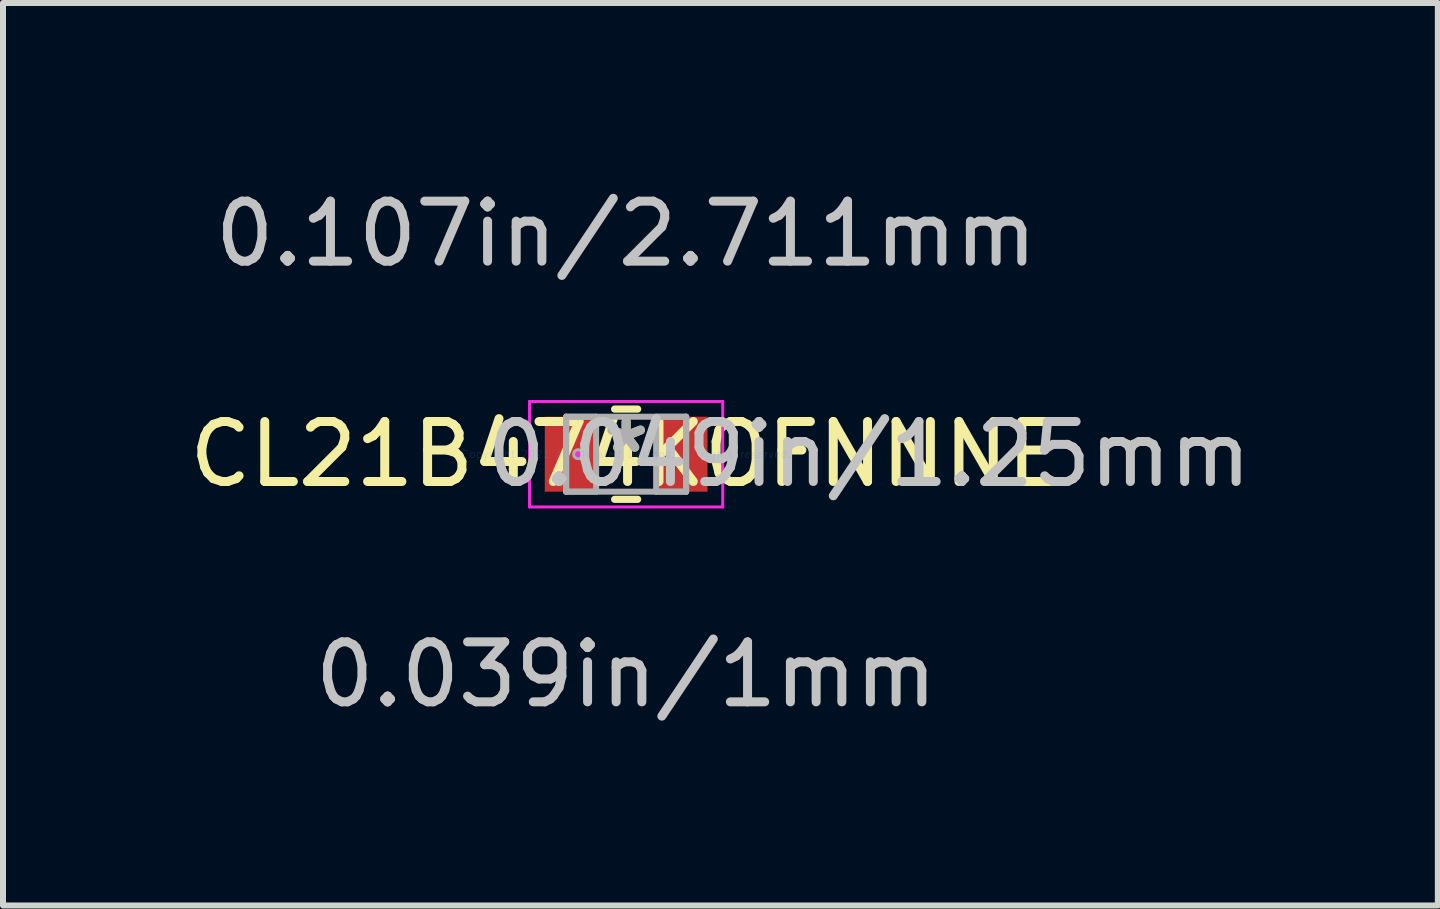
<source format=kicad_pcb>
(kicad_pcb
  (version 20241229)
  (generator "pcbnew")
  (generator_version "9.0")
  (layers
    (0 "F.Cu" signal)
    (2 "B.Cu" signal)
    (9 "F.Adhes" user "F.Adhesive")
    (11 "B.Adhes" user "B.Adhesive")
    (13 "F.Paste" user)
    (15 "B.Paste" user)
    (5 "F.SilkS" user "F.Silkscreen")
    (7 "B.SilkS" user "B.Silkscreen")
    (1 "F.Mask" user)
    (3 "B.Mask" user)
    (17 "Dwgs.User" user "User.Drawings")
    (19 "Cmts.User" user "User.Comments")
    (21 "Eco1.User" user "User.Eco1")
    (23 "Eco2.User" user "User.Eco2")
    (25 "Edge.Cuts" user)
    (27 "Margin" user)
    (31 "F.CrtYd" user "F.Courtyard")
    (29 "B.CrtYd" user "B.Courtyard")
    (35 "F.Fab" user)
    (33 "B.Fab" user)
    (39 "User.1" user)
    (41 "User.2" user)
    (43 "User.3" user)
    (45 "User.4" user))
  (footprint "CL21B474KOFNNNE"
    (layer "F.Cu")
    (at 7.387 4.521)
    (property "Reference" "CL21B474KOFNNNE" (at 0 0 0) (layer "F.SilkS") (effects (font (size 1 1) (thickness 0.15))))
    (attr through_hole)
    (fp_line (start -0.192 0.752) (end 0.192 0.752) (stroke (width 0.12) (type solid)) (layer "F.SilkS"))
    (fp_line (start 0.192 -0.752) (end -0.192 -0.752) (stroke (width 0.12) (type solid)) (layer "F.SilkS"))
    (fp_line (start -1.61 -0.879) (end 1.61 -0.879) (stroke (width 0.05) (type solid)) (layer "F.CrtYd"))
    (fp_line (start -1.61 0.879) (end -1.61 -0.879) (stroke (width 0.05) (type solid)) (layer "F.CrtYd"))
    (fp_line (start 1.61 -0.879) (end 1.61 0.879) (stroke (width 0.05) (type solid)) (layer "F.CrtYd"))
    (fp_line (start 1.61 0.879) (end -1.61 0.879) (stroke (width 0.05) (type solid)) (layer "F.CrtYd"))
    (fp_circle (center -0.801 0) (end -0.801 0) (stroke (width 0.05) (type solid)) (fill no) (layer "F.CrtYd"))
    (fp_line (start -1 -0.625) (end -1 0.625) (stroke (width 0.1) (type solid)) (layer "F.Fab"))
    (fp_line (start -1 -0.625) (end -1 0.625) (stroke (width 0.1) (type solid)) (layer "F.Fab"))
    (fp_line (start -1 0.625) (end -0.5 0.625) (stroke (width 0.1) (type solid)) (layer "F.Fab"))
    (fp_line (start -1 0.625) (end 1 0.625) (stroke (width 0.1) (type solid)) (layer "F.Fab"))
    (fp_line (start -0.5 -0.625) (end -1 -0.625) (stroke (width 0.1) (type solid)) (layer "F.Fab"))
    (fp_line (start -0.5 0.625) (end -0.5 -0.625) (stroke (width 0.1) (type solid)) (layer "F.Fab"))
    (fp_line (start 0.5 -0.625) (end 0.5 0.625) (stroke (width 0.1) (type solid)) (layer "F.Fab"))
    (fp_line (start 0.5 0.625) (end 1 0.625) (stroke (width 0.1) (type solid)) (layer "F.Fab"))
    (fp_line (start 1 -0.625) (end -1 -0.625) (stroke (width 0.1) (type solid)) (layer "F.Fab"))
    (fp_line (start 1 -0.625) (end 0.5 -0.625) (stroke (width 0.1) (type solid)) (layer "F.Fab"))
    (fp_line (start 1 0.625) (end 1 -0.625) (stroke (width 0.1) (type solid)) (layer "F.Fab"))
    (fp_line (start 1 0.625) (end 1 -0.625) (stroke (width 0.1) (type solid)) (layer "F.Fab"))
    (fp_circle (center -0.801 0) (end -0.801 0) (stroke (width 0.1) (type solid)) (fill no) (layer "F.Fab"))
    (fp_text user "*" (at 0 0 0) (layer "F.SilkS") (effects (font (size 1 1) (thickness 0.15))))
    (fp_text user "0.049in/1.25mm" (at 4.048 0 0) (layer "Dwgs.User") (effects (font (size 1 1) (thickness 0.15))))
    (fp_text user "0.039in/1mm" (at 0 3.673 0) (layer "Dwgs.User") (effects (font (size 1 1) (thickness 0.15))))
    (fp_text user "0.107in/2.711mm" (at 0 -3.673 0) (layer "Dwgs.User") (effects (font (size 1 1) (thickness 0.15))))
    (fp_text user "Copyright 2021 Accelerated Designs. All rights reserved." (at 0 0 0) (layer "Cmts.User") (effects (font (size 0.127 0.127) (thickness 0.002))))
    (fp_text user "*" (at 0 0 0) (layer "F.Fab") (effects (font (size 1 1) (thickness 0.15))))
    (pad "1" smd rect (at -0.928 0) (size 0.856 1.25) (layers "F.Cu" "F.Mask" "F.Paste"))
    (pad "2" smd rect (at 0.928 0) (size 0.856 1.25) (layers "F.Cu" "F.Mask" "F.Paste")))
  (gr_rect
    (start -3 -3)
    (end 20.917 12.043)
    (stroke (width 0.1) (type default))
    (fill no)
    (layer "Edge.Cuts")))
</source>
